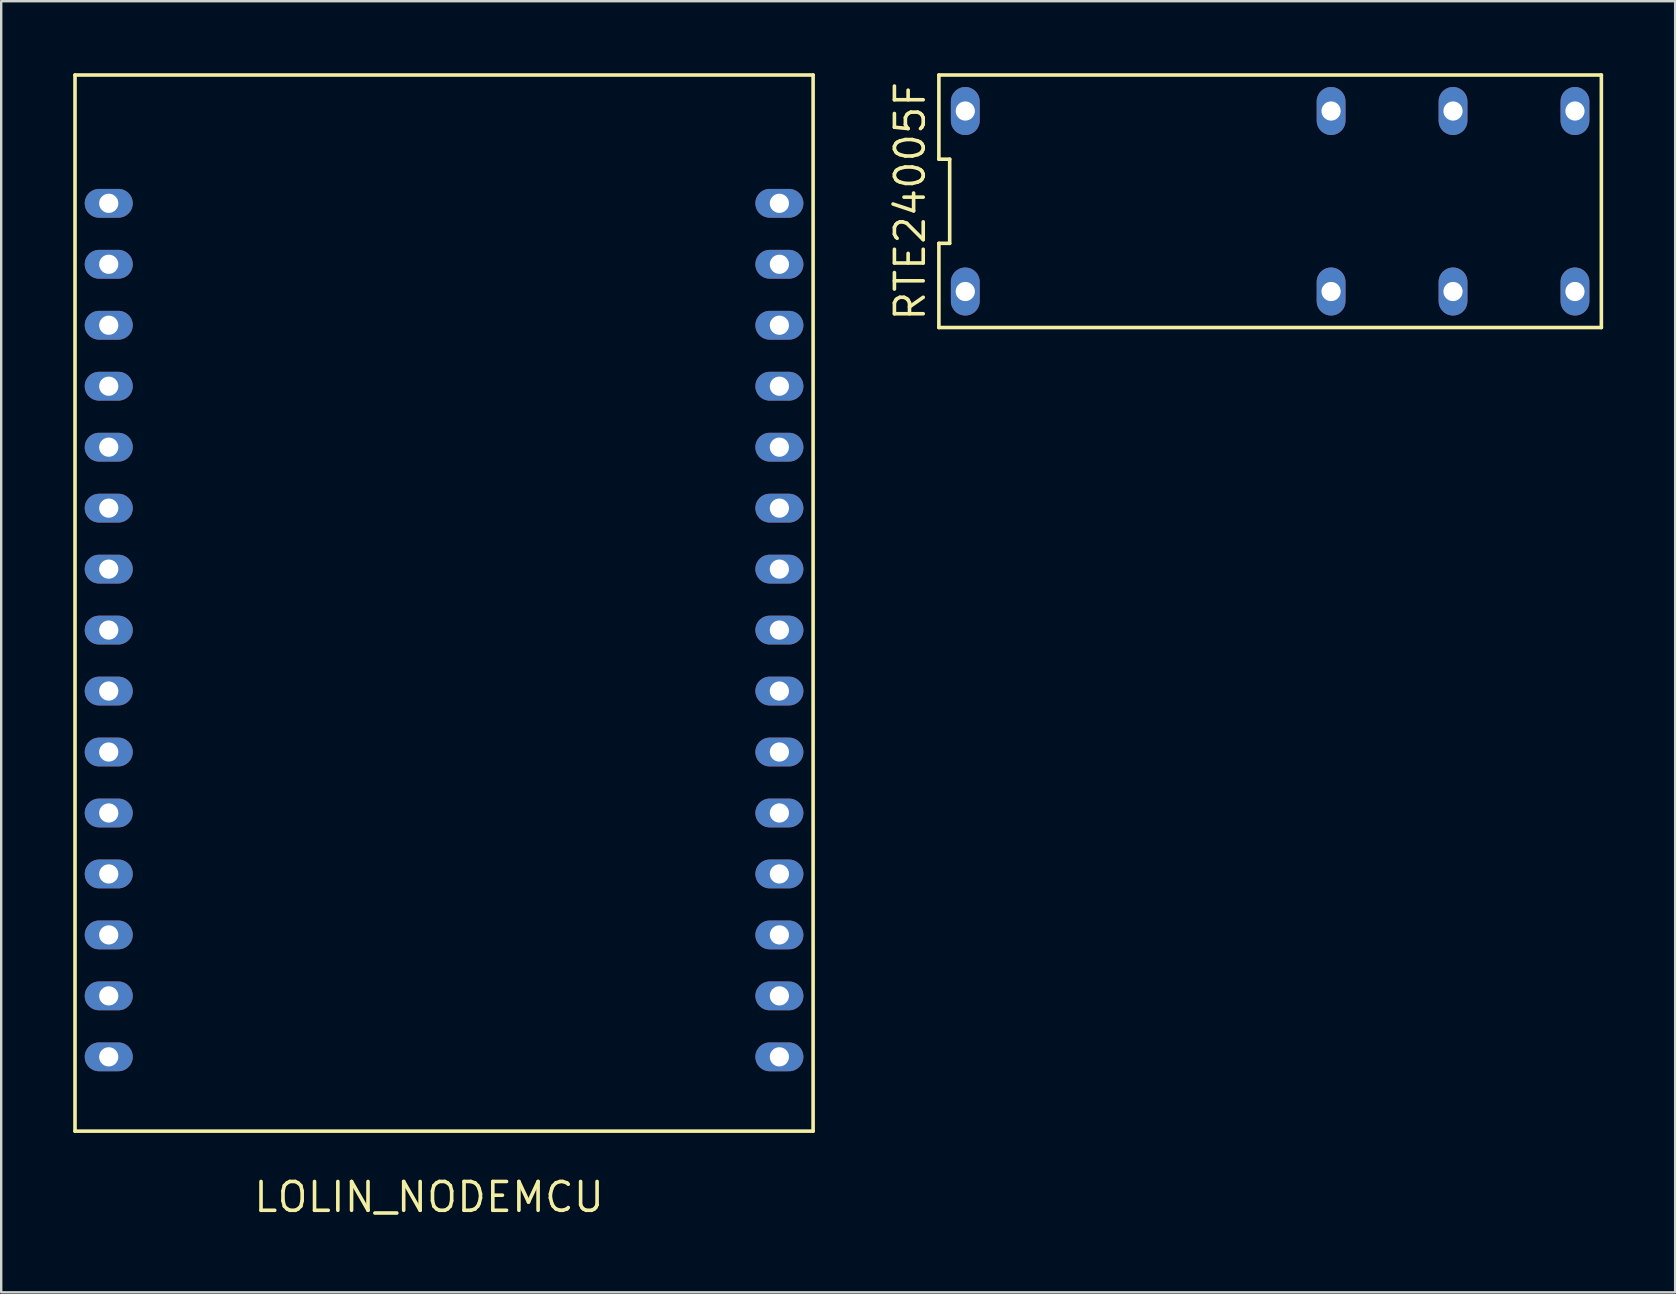
<source format=kicad_pcb>
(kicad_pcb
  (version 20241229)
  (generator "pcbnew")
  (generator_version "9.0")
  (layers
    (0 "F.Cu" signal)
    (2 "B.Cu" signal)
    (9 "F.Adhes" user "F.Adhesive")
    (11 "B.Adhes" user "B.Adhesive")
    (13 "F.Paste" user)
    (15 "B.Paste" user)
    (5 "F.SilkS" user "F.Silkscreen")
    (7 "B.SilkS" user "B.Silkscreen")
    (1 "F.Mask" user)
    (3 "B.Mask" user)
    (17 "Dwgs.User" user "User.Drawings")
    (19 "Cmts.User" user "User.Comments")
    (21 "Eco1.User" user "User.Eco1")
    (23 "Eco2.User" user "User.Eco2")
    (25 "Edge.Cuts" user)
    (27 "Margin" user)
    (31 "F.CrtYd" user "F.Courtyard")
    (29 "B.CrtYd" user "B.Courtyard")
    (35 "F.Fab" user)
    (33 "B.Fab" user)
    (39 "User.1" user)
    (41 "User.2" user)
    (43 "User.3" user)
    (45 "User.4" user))
  (footprint "RTE24005F"
    (layer "F.Cu")
    (at 49.865 5.335)
    (property "Reference" "RTE24005F" (at -15 0 90) (layer "F.SilkS") (effects (font (size 1.2 1.2) (thickness 0.15))))
    (attr through_hole)
    (fp_line (start -13.8 -5.26) (end -13.8 -1.753) (stroke (width 0.15) (type solid)) (layer "F.SilkS"))
    (fp_line (start -13.8 -1.753) (end -13.35 -1.753) (stroke (width 0.15) (type solid)) (layer "F.SilkS"))
    (fp_line (start -13.8 1.753) (end -13.8 5.26) (stroke (width 0.15) (type solid)) (layer "F.SilkS"))
    (fp_line (start -13.8 5.26) (end 13.8 5.26) (stroke (width 0.15) (type solid)) (layer "F.SilkS"))
    (fp_line (start -13.35 -1.753) (end -13.35 1.753) (stroke (width 0.15) (type solid)) (layer "F.SilkS"))
    (fp_line (start -13.35 1.753) (end -13.8 1.753) (stroke (width 0.15) (type solid)) (layer "F.SilkS"))
    (fp_line (start 13.8 -5.26) (end -13.8 -5.26) (stroke (width 0.15) (type solid)) (layer "F.SilkS"))
    (fp_line (start 13.8 5.26) (end 13.8 -5.26) (stroke (width 0.15) (type solid)) (layer "F.SilkS"))
    (pad "11" thru_hole oval (at 7.62 -3.76) (size 1.2 2) (drill 0.8) (layers "*.Cu" "*.Mask"))
    (pad "12" thru_hole oval (at 2.54 -3.76) (size 1.2 2) (drill 0.8) (layers "*.Cu" "*.Mask"))
    (pad "14" thru_hole oval (at 12.7 -3.76) (size 1.2 2) (drill 0.8) (layers "*.Cu" "*.Mask"))
    (pad "21" thru_hole oval (at 7.62 3.76) (size 1.2 2) (drill 0.8) (layers "*.Cu" "*.Mask"))
    (pad "22" thru_hole oval (at 2.54 3.76) (size 1.2 2) (drill 0.8) (layers "*.Cu" "*.Mask"))
    (pad "24" thru_hole oval (at 12.7 3.76) (size 1.2 2) (drill 0.8) (layers "*.Cu" "*.Mask"))
    (pad "A1" thru_hole oval (at -12.7 -3.76) (size 1.2 2) (drill 0.8) (layers "*.Cu" "*.Mask"))
    (pad "A2" thru_hole oval (at -12.7 3.76) (size 1.2 2) (drill 0.8) (layers "*.Cu" "*.Mask")))
  (footprint "LOLIN_NODEMCU"
    (layer "F.Cu")
    (at 15.825 17.325)
    (property "Reference" "LOLIN_NODEMCU" (at -1 29.5 0) (layer "F.SilkS") (effects (font (size 1.2 1.2) (thickness 0.15))))
    (attr through_hole)
    (fp_line (start -15.75 -17.25) (end -15.75 26.75) (stroke (width 0.15) (type solid)) (layer "F.SilkS"))
    (fp_line (start -15.75 26.75) (end 15 26.75) (stroke (width 0.15) (type solid)) (layer "F.SilkS"))
    (fp_line (start 15 -17.25) (end -15.75 -17.25) (stroke (width 0.15) (type solid)) (layer "F.SilkS"))
    (fp_line (start 15 26.75) (end 15 -17.25) (stroke (width 0.15) (type solid)) (layer "F.SilkS"))
    (pad "1" thru_hole oval (at -14.345 -11.905 270) (size 1.2 2) (drill 0.8) (layers "*.Cu" "*.Mask"))
    (pad "2" thru_hole oval (at -14.345 -9.365 270) (size 1.2 2) (drill 0.8) (layers "*.Cu" "*.Mask"))
    (pad "3" thru_hole oval (at -14.345 -6.825 270) (size 1.2 2) (drill 0.8) (layers "*.Cu" "*.Mask"))
    (pad "4" thru_hole oval (at -14.345 -4.285 270) (size 1.2 2) (drill 0.8) (layers "*.Cu" "*.Mask"))
    (pad "5" thru_hole oval (at -14.345 -1.745 270) (size 1.2 2) (drill 0.8) (layers "*.Cu" "*.Mask"))
    (pad "6" thru_hole oval (at -14.345 0.795 270) (size 1.2 2) (drill 0.8) (layers "*.Cu" "*.Mask"))
    (pad "7" thru_hole oval (at -14.345 3.335 270) (size 1.2 2) (drill 0.8) (layers "*.Cu" "*.Mask"))
    (pad "8" thru_hole oval (at -14.345 5.875 270) (size 1.2 2) (drill 0.8) (layers "*.Cu" "*.Mask"))
    (pad "9" thru_hole oval (at -14.345 8.415 270) (size 1.2 2) (drill 0.8) (layers "*.Cu" "*.Mask"))
    (pad "10" thru_hole oval (at -14.345 10.955 270) (size 1.2 2) (drill 0.8) (layers "*.Cu" "*.Mask"))
    (pad "11" thru_hole oval (at -14.345 13.495 270) (size 1.2 2) (drill 0.8) (layers "*.Cu" "*.Mask"))
    (pad "12" thru_hole oval (at -14.345 16.035 270) (size 1.2 2) (drill 0.8) (layers "*.Cu" "*.Mask"))
    (pad "13" thru_hole oval (at -14.345 18.575 270) (size 1.2 2) (drill 0.8) (layers "*.Cu" "*.Mask"))
    (pad "14" thru_hole oval (at -14.345 21.115 270) (size 1.2 2) (drill 0.8) (layers "*.Cu" "*.Mask"))
    (pad "15" thru_hole oval (at -14.345 23.655 270) (size 1.2 2) (drill 0.8) (layers "*.Cu" "*.Mask"))
    (pad "16" thru_hole oval (at 13.595 23.655 270) (size 1.2 2) (drill 0.8) (layers "*.Cu" "*.Mask"))
    (pad "17" thru_hole oval (at 13.595 21.115 270) (size 1.2 2) (drill 0.8) (layers "*.Cu" "*.Mask"))
    (pad "18" thru_hole oval (at 13.595 18.575 270) (size 1.2 2) (drill 0.8) (layers "*.Cu" "*.Mask"))
    (pad "19" thru_hole oval (at 13.595 16.035 270) (size 1.2 2) (drill 0.8) (layers "*.Cu" "*.Mask"))
    (pad "20" thru_hole oval (at 13.595 13.495 270) (size 1.2 2) (drill 0.8) (layers "*.Cu" "*.Mask"))
    (pad "21" thru_hole oval (at 13.595 10.955 270) (size 1.2 2) (drill 0.8) (layers "*.Cu" "*.Mask"))
    (pad "22" thru_hole oval (at 13.595 8.415 270) (size 1.2 2) (drill 0.8) (layers "*.Cu" "*.Mask"))
    (pad "23" thru_hole oval (at 13.595 5.875 270) (size 1.2 2) (drill 0.8) (layers "*.Cu" "*.Mask"))
    (pad "24" thru_hole oval (at 13.595 3.335 270) (size 1.2 2) (drill 0.8) (layers "*.Cu" "*.Mask"))
    (pad "25" thru_hole oval (at 13.595 0.795 270) (size 1.2 2) (drill 0.8) (layers "*.Cu" "*.Mask"))
    (pad "26" thru_hole oval (at 13.595 -1.745 270) (size 1.2 2) (drill 0.8) (layers "*.Cu" "*.Mask"))
    (pad "27" thru_hole oval (at 13.595 -4.285 270) (size 1.2 2) (drill 0.8) (layers "*.Cu" "*.Mask"))
    (pad "28" thru_hole oval (at 13.595 -6.825 270) (size 1.2 2) (drill 0.8) (layers "*.Cu" "*.Mask"))
    (pad "29" thru_hole oval (at 13.595 -9.365 270) (size 1.2 2) (drill 0.8) (layers "*.Cu" "*.Mask"))
    (pad "30" thru_hole oval (at 13.595 -11.905 270) (size 1.2 2) (drill 0.8) (layers "*.Cu" "*.Mask")))
  (gr_rect
    (start -3 -3)
    (end 66.74 50.79)
    (stroke (width 0.1) (type default))
    (fill no)
    (layer "Edge.Cuts")))
</source>
